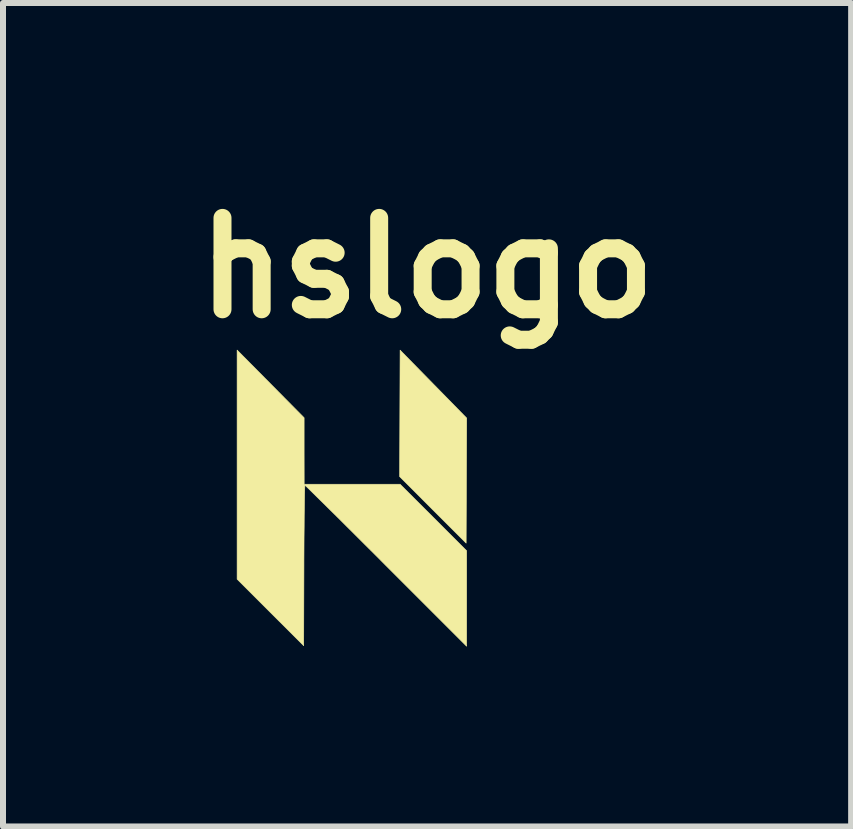
<source format=kicad_pcb>
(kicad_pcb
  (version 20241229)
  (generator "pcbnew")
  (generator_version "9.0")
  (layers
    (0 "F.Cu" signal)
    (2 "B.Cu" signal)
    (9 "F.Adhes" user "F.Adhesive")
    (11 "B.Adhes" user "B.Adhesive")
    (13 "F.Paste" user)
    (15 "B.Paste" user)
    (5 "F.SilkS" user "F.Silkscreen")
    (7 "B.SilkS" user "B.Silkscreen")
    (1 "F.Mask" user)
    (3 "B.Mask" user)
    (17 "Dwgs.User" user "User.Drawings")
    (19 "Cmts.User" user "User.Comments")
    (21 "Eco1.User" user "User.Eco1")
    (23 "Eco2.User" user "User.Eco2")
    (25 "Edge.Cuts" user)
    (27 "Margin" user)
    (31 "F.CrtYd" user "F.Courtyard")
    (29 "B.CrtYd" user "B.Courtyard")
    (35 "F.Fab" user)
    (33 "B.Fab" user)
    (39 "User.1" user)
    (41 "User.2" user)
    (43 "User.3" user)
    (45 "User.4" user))
  (footprint "hslogo"
    (layer "F.Cu")
    (at 2.801 5.228)
    (property "Reference" "hslogo" (at 1.27 -3.81 0) (layer "F.SilkS") (effects (font (size 1.524 1.524) (thickness 0.3))))
    (attr through_hole)
    (fp_poly (pts (xy 1.376 -1.873) (xy 1.931 -1.306) (xy 1.926 -0.264) (xy 1.922 0.779) (xy 1.367 0.224) (xy 0.813 -0.331) (xy 0.821 -2.439) (xy 1.376 -1.873)) (stroke (width 0.01) (type solid)) (fill yes) (layer "F.SilkS"))
    (fp_poly (pts (xy -1.338 -1.876) (xy -0.78 -1.312) (xy -0.78 -0.758) (xy -0.779 -0.203) (xy 0.821 -0.203) (xy 1.376 0.351) (xy 1.93 0.906) (xy 1.93 2.498) (xy 0.588 1.156) (xy 0.411 0.978) (xy 0.24 0.808) (xy 0.078 0.646) (xy -0.075 0.494) (xy -0.216 0.353) (xy -0.345 0.226) (xy -0.46 0.112) (xy -0.559 0.015) (xy -0.64 -0.065) (xy -0.702 -0.126) (xy -0.745 -0.167) (xy -0.765 -0.185) (xy -0.766 -0.186) (xy -0.768 -0.17) (xy -0.77 -0.122) (xy -0.772 -0.045) (xy -0.774 0.057) (xy -0.776 0.184) (xy -0.778 0.332) (xy -0.779 0.498) (xy -0.781 0.68) (xy -0.782 0.875) (xy -0.783 1.082) (xy -0.783 1.152) (xy -0.787 2.489) (xy -1.342 1.935) (xy -1.897 1.38) (xy -1.897 -2.44) (xy -1.338 -1.876)) (stroke (width 0.01) (type solid)) (fill yes) (layer "F.SilkS")))
  (gr_rect
    (start -3 -3)
    (end 11.143 10.731)
    (stroke (width 0.1) (type default))
    (fill no)
    (layer "Edge.Cuts")))
</source>
